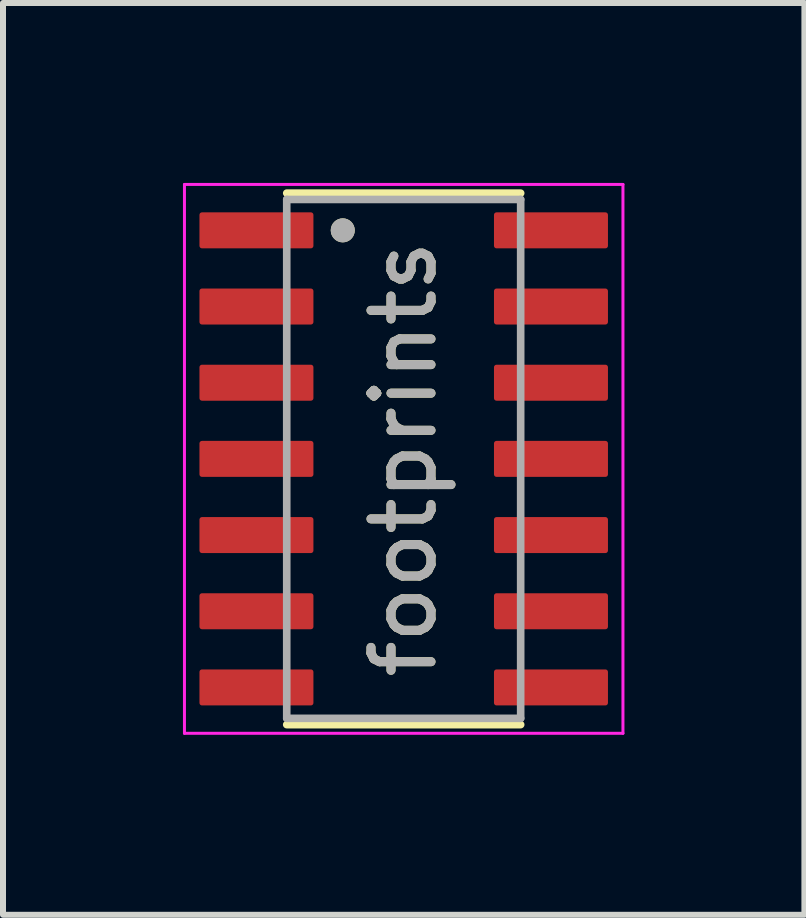
<source format=kicad_pcb>
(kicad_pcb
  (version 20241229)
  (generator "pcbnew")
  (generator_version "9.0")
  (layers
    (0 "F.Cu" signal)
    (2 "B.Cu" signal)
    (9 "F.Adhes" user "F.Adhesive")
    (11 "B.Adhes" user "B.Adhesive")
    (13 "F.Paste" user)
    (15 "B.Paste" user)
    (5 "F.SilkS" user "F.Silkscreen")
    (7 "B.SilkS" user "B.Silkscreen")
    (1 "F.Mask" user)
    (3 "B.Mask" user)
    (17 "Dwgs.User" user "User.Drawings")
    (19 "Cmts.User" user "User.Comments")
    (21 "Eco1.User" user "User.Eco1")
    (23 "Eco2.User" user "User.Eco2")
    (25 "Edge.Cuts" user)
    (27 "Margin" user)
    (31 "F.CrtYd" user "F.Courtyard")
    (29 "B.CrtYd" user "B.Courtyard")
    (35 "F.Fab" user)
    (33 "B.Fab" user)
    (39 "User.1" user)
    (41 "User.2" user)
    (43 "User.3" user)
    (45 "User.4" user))
  (footprint "footprints"
    (layer "F.Cu")
    (at 3.68 4.6)
    (property "Reference" "footprints" (at 0 0 90) (layer "F.SilkS") (effects (font (size 1 1) (thickness 0.15))))
    (attr through_hole)
    (fp_line (start -1.95 -4.43) (end 1.95 -4.43) (stroke (width 0.127) (type solid)) (layer "F.SilkS"))
    (fp_line (start -1.95 4.43) (end 1.95 4.43) (stroke (width 0.127) (type solid)) (layer "F.SilkS"))
    (fp_circle (center -1.016 -3.81) (end -0.916 -3.81) (stroke (width 0.2) (type solid)) (fill no) (layer "F.SilkS"))
    (fp_line (start -3.655 -4.575) (end -3.655 4.575) (stroke (width 0.05) (type solid)) (layer "F.CrtYd"))
    (fp_line (start -3.655 -4.575) (end 3.655 -4.575) (stroke (width 0.05) (type solid)) (layer "F.CrtYd"))
    (fp_line (start -3.655 4.575) (end 3.655 4.575) (stroke (width 0.05) (type solid)) (layer "F.CrtYd"))
    (fp_line (start 3.655 -4.575) (end 3.655 4.575) (stroke (width 0.05) (type solid)) (layer "F.CrtYd"))
    (fp_line (start -1.95 -4.325) (end -1.95 4.325) (stroke (width 0.127) (type solid)) (layer "F.Fab"))
    (fp_line (start -1.95 -4.325) (end 1.95 -4.325) (stroke (width 0.127) (type solid)) (layer "F.Fab"))
    (fp_line (start -1.95 4.325) (end 1.95 4.325) (stroke (width 0.127) (type solid)) (layer "F.Fab"))
    (fp_line (start 1.95 -4.325) (end 1.95 4.325) (stroke (width 0.127) (type solid)) (layer "F.Fab"))
    (fp_circle (center -1.016 -3.81) (end -0.916 -3.81) (stroke (width 0.2) (type solid)) (fill no) (layer "F.Fab"))
    (fp_text user "${REFERENCE}" (at 0 0 90) (layer "F.Fab") (effects (font (size 1 1) (thickness 0.15))))
    (pad "1" smd roundrect (at -2.455 -3.81) (size 1.9 0.6) (layers "F.Cu" "F.Mask" "F.Paste") (roundrect_rratio 0.07))
    (pad "2" smd roundrect (at -2.455 -2.54) (size 1.9 0.6) (layers "F.Cu" "F.Mask" "F.Paste") (roundrect_rratio 0.07))
    (pad "3" smd roundrect (at -2.455 -1.27) (size 1.9 0.6) (layers "F.Cu" "F.Mask" "F.Paste") (roundrect_rratio 0.07))
    (pad "4" smd roundrect (at -2.455 0) (size 1.9 0.6) (layers "F.Cu" "F.Mask" "F.Paste") (roundrect_rratio 0.07))
    (pad "5" smd roundrect (at -2.455 1.27) (size 1.9 0.6) (layers "F.Cu" "F.Mask" "F.Paste") (roundrect_rratio 0.07))
    (pad "6" smd roundrect (at -2.455 2.54) (size 1.9 0.6) (layers "F.Cu" "F.Mask" "F.Paste") (roundrect_rratio 0.07))
    (pad "7" smd roundrect (at -2.455 3.81) (size 1.9 0.6) (layers "F.Cu" "F.Mask" "F.Paste") (roundrect_rratio 0.07))
    (pad "8" smd roundrect (at 2.455 3.81) (size 1.9 0.6) (layers "F.Cu" "F.Mask" "F.Paste") (roundrect_rratio 0.07))
    (pad "9" smd roundrect (at 2.455 2.54) (size 1.9 0.6) (layers "F.Cu" "F.Mask" "F.Paste") (roundrect_rratio 0.07))
    (pad "10" smd roundrect (at 2.455 1.27) (size 1.9 0.6) (layers "F.Cu" "F.Mask" "F.Paste") (roundrect_rratio 0.07))
    (pad "11" smd roundrect (at 2.455 0) (size 1.9 0.6) (layers "F.Cu" "F.Mask" "F.Paste") (roundrect_rratio 0.07))
    (pad "12" smd roundrect (at 2.455 -1.27) (size 1.9 0.6) (layers "F.Cu" "F.Mask" "F.Paste") (roundrect_rratio 0.07))
    (pad "13" smd roundrect (at 2.455 -2.54) (size 1.9 0.6) (layers "F.Cu" "F.Mask" "F.Paste") (roundrect_rratio 0.07))
    (pad "14" smd roundrect (at 2.455 -3.81) (size 1.9 0.6) (layers "F.Cu" "F.Mask" "F.Paste") (roundrect_rratio 0.07)))
  (gr_rect
    (start -3 -3)
    (end 10.36 12.2)
    (stroke (width 0.1) (type default))
    (fill no)
    (layer "Edge.Cuts")))
</source>
